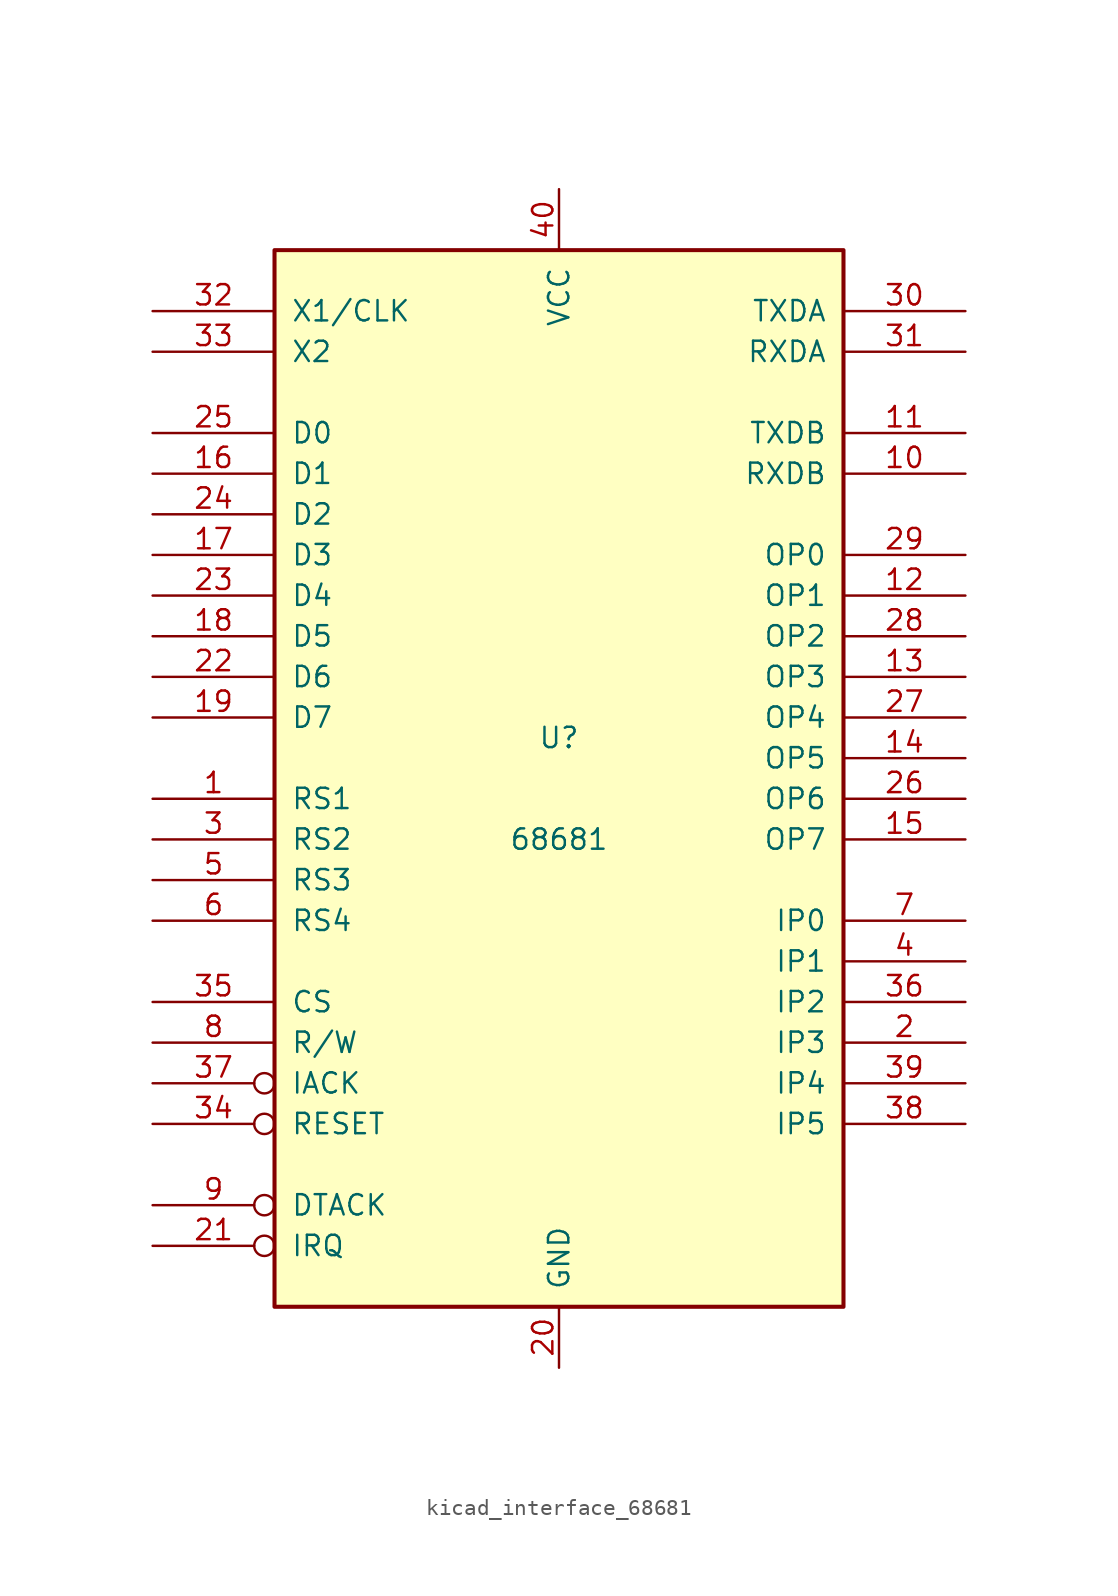
<source format=kicad_sym>
(kicad_symbol_lib
  (version 20220914)
  (generator kicad_symbol_editor)
  (symbol "kicad_interface_68681"
    (pin_names
      (offset 1.016))
    (property "Reference" "U"
      (at 0 3.81 0)
      (effects (font (size 1.27 1.27))))
    (property "Value" "68681"
      (at 0 -2.54 0)
      (effects (font (size 1.27 1.27))))
    (symbol "kicad_interface_68681_0_1"
      (rectangle (start -17.78 -31.75) (end 17.78 34.29) (stroke (width 0.254) (type default)) (fill (type background))))
    (symbol "kicad_interface_68681_1_1"
      (pin input line (at -25.4 0 0) (length 7.62) (name "RS1" (effects (font (size 1.27 1.27)))) (number "1" (effects (font (size 1.27 1.27)))))
      (pin input line (at 25.4 20.32 180) (length 7.62) (name "RXDB" (effects (font (size 1.27 1.27)))) (number "10" (effects (font (size 1.27 1.27)))))
      (pin output line (at 25.4 22.86 180) (length 7.62) (name "TXDB" (effects (font (size 1.27 1.27)))) (number "11" (effects (font (size 1.27 1.27)))))
      (pin output line (at 25.4 12.7 180) (length 7.62) (name "OP1" (effects (font (size 1.27 1.27)))) (number "12" (effects (font (size 1.27 1.27)))))
      (pin output line (at 25.4 7.62 180) (length 7.62) (name "OP3" (effects (font (size 1.27 1.27)))) (number "13" (effects (font (size 1.27 1.27)))))
      (pin output line (at 25.4 2.54 180) (length 7.62) (name "OP5" (effects (font (size 1.27 1.27)))) (number "14" (effects (font (size 1.27 1.27)))))
      (pin output line (at 25.4 -2.54 180) (length 7.62) (name "OP7" (effects (font (size 1.27 1.27)))) (number "15" (effects (font (size 1.27 1.27)))))
      (pin tri_state line (at -25.4 20.32 0) (length 7.62) (name "D1" (effects (font (size 1.27 1.27)))) (number "16" (effects (font (size 1.27 1.27)))))
      (pin tri_state line (at -25.4 15.24 0) (length 7.62) (name "D3" (effects (font (size 1.27 1.27)))) (number "17" (effects (font (size 1.27 1.27)))))
      (pin tri_state line (at -25.4 10.16 0) (length 7.62) (name "D5" (effects (font (size 1.27 1.27)))) (number "18" (effects (font (size 1.27 1.27)))))
      (pin tri_state line (at -25.4 5.08 0) (length 7.62) (name "D7" (effects (font (size 1.27 1.27)))) (number "19" (effects (font (size 1.27 1.27)))))
      (pin input line (at 25.4 -15.24 180) (length 7.62) (name "IP3" (effects (font (size 1.27 1.27)))) (number "2" (effects (font (size 1.27 1.27)))))
      (pin power_in line (at 0 -35.56 90) (length 3.81) (name "GND" (effects (font (size 1.27 1.27)))) (number "20" (effects (font (size 1.27 1.27)))))
      (pin output inverted (at -25.4 -27.94 0) (length 7.62) (name "IRQ" (effects (font (size 1.27 1.27)))) (number "21" (effects (font (size 1.27 1.27)))))
      (pin tri_state line (at -25.4 7.62 0) (length 7.62) (name "D6" (effects (font (size 1.27 1.27)))) (number "22" (effects (font (size 1.27 1.27)))))
      (pin tri_state line (at -25.4 12.7 0) (length 7.62) (name "D4" (effects (font (size 1.27 1.27)))) (number "23" (effects (font (size 1.27 1.27)))))
      (pin tri_state line (at -25.4 17.78 0) (length 7.62) (name "D2" (effects (font (size 1.27 1.27)))) (number "24" (effects (font (size 1.27 1.27)))))
      (pin tri_state line (at -25.4 22.86 0) (length 7.62) (name "D0" (effects (font (size 1.27 1.27)))) (number "25" (effects (font (size 1.27 1.27)))))
      (pin output line (at 25.4 0 180) (length 7.62) (name "OP6" (effects (font (size 1.27 1.27)))) (number "26" (effects (font (size 1.27 1.27)))))
      (pin output line (at 25.4 5.08 180) (length 7.62) (name "OP4" (effects (font (size 1.27 1.27)))) (number "27" (effects (font (size 1.27 1.27)))))
      (pin output line (at 25.4 10.16 180) (length 7.62) (name "OP2" (effects (font (size 1.27 1.27)))) (number "28" (effects (font (size 1.27 1.27)))))
      (pin output line (at 25.4 15.24 180) (length 7.62) (name "OP0" (effects (font (size 1.27 1.27)))) (number "29" (effects (font (size 1.27 1.27)))))
      (pin input line (at -25.4 -2.54 0) (length 7.62) (name "RS2" (effects (font (size 1.27 1.27)))) (number "3" (effects (font (size 1.27 1.27)))))
      (pin output line (at 25.4 30.48 180) (length 7.62) (name "TXDA" (effects (font (size 1.27 1.27)))) (number "30" (effects (font (size 1.27 1.27)))))
      (pin input line (at 25.4 27.94 180) (length 7.62) (name "RXDA" (effects (font (size 1.27 1.27)))) (number "31" (effects (font (size 1.27 1.27)))))
      (pin input line (at -25.4 30.48 0) (length 7.62) (name "X1/CLK" (effects (font (size 1.27 1.27)))) (number "32" (effects (font (size 1.27 1.27)))))
      (pin input line (at -25.4 27.94 0) (length 7.62) (name "X2" (effects (font (size 1.27 1.27)))) (number "33" (effects (font (size 1.27 1.27)))))
      (pin input inverted (at -25.4 -20.32 0) (length 7.62) (name "RESET" (effects (font (size 1.27 1.27)))) (number "34" (effects (font (size 1.27 1.27)))))
      (pin input line (at -25.4 -12.7 0) (length 7.62) (name "CS" (effects (font (size 1.27 1.27)))) (number "35" (effects (font (size 1.27 1.27)))))
      (pin input line (at 25.4 -12.7 180) (length 7.62) (name "IP2" (effects (font (size 1.27 1.27)))) (number "36" (effects (font (size 1.27 1.27)))))
      (pin input inverted (at -25.4 -17.78 0) (length 7.62) (name "IACK" (effects (font (size 1.27 1.27)))) (number "37" (effects (font (size 1.27 1.27)))))
      (pin input line (at 25.4 -20.32 180) (length 7.62) (name "IP5" (effects (font (size 1.27 1.27)))) (number "38" (effects (font (size 1.27 1.27)))))
      (pin input line (at 25.4 -17.78 180) (length 7.62) (name "IP4" (effects (font (size 1.27 1.27)))) (number "39" (effects (font (size 1.27 1.27)))))
      (pin input line (at 25.4 -10.16 180) (length 7.62) (name "IP1" (effects (font (size 1.27 1.27)))) (number "4" (effects (font (size 1.27 1.27)))))
      (pin power_in line (at 0 38.1 270) (length 3.81) (name "VCC" (effects (font (size 1.27 1.27)))) (number "40" (effects (font (size 1.27 1.27)))))
      (pin input line (at -25.4 -5.08 0) (length 7.62) (name "RS3" (effects (font (size 1.27 1.27)))) (number "5" (effects (font (size 1.27 1.27)))))
      (pin input line (at -25.4 -7.62 0) (length 7.62) (name "RS4" (effects (font (size 1.27 1.27)))) (number "6" (effects (font (size 1.27 1.27)))))
      (pin input line (at 25.4 -7.62 180) (length 7.62) (name "IP0" (effects (font (size 1.27 1.27)))) (number "7" (effects (font (size 1.27 1.27)))))
      (pin input line (at -25.4 -15.24 0) (length 7.62) (name "R/W" (effects (font (size 1.27 1.27)))) (number "8" (effects (font (size 1.27 1.27)))))
      (pin open_collector inverted (at -25.4 -25.4 0) (length 7.62) (name "DTACK" (effects (font (size 1.27 1.27)))) (number "9" (effects (font (size 1.27 1.27))))))))
</source>
